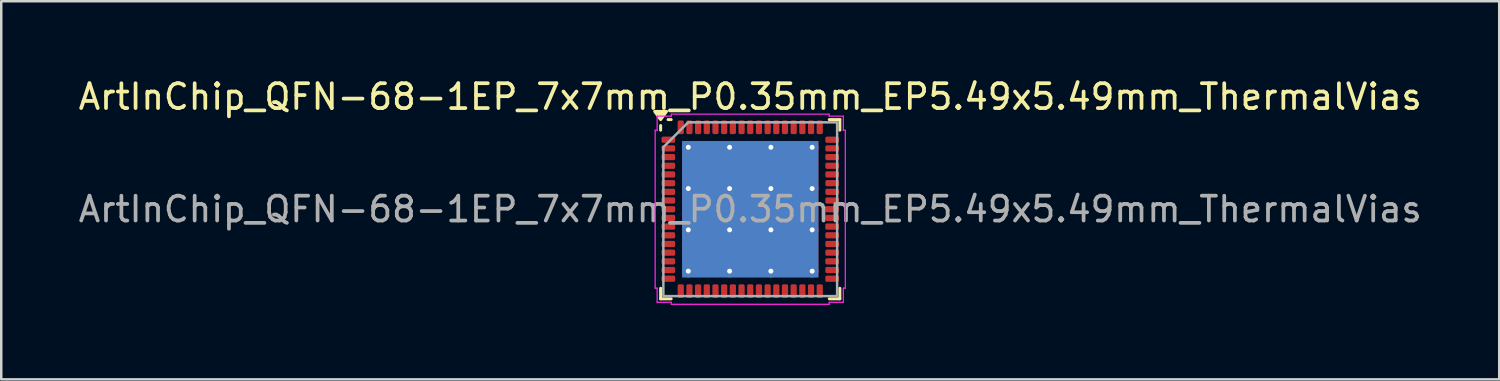
<source format=kicad_pcb>
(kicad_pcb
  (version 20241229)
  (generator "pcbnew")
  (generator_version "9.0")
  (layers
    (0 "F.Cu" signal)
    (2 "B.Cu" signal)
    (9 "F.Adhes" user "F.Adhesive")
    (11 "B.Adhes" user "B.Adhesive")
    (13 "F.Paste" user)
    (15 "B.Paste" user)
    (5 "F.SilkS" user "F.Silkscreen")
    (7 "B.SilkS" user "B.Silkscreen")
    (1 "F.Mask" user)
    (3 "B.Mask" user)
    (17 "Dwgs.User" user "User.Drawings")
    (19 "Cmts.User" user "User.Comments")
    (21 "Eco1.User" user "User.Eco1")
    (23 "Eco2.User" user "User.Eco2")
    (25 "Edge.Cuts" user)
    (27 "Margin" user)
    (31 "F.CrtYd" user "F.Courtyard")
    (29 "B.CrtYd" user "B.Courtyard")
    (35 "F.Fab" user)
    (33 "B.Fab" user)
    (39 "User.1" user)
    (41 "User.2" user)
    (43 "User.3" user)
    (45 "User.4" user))
  (footprint "ArtInChip_QFN-68-1EP_7x7mm_P0.35mm_EP5.49x5.49mm_ThermalVias"
    (layer "F.Cu")
    (at 27.173 5.378)
    (property "Reference" "ArtInChip_QFN-68-1EP_7x7mm_P0.35mm_EP5.49x5.49mm_ThermalVias" (at 0 -4.53 0) (layer "F.SilkS") (effects (font (size 1 1) (thickness 0.15))))
    (attr smd)
    (fp_line (start -3.61 -3.185) (end -3.61 -3.37) (stroke (width 0.12) (type solid)) (layer "F.SilkS"))
    (fp_line (start -3.61 3.61) (end -3.61 3.185) (stroke (width 0.12) (type solid)) (layer "F.SilkS"))
    (fp_line (start -3.185 -3.61) (end -3.31 -3.61) (stroke (width 0.12) (type solid)) (layer "F.SilkS"))
    (fp_line (start -3.185 3.61) (end -3.61 3.61) (stroke (width 0.12) (type solid)) (layer "F.SilkS"))
    (fp_line (start 3.185 -3.61) (end 3.61 -3.61) (stroke (width 0.12) (type solid)) (layer "F.SilkS"))
    (fp_line (start 3.185 3.61) (end 3.61 3.61) (stroke (width 0.12) (type solid)) (layer "F.SilkS"))
    (fp_line (start 3.61 -3.61) (end 3.61 -3.185) (stroke (width 0.12) (type solid)) (layer "F.SilkS"))
    (fp_line (start 3.61 3.61) (end 3.61 3.185) (stroke (width 0.12) (type solid)) (layer "F.SilkS"))
    (fp_poly (pts (xy -3.61 -3.61) (xy -3.85 -3.94) (xy -3.37 -3.94)) (stroke (width 0.12) (type solid)) (fill yes) (layer "F.SilkS"))
    (fp_line (start -3.83 -3.18) (end -3.75 -3.18) (stroke (width 0.05) (type solid)) (layer "F.CrtYd"))
    (fp_line (start -3.83 3.18) (end -3.83 -3.18) (stroke (width 0.05) (type solid)) (layer "F.CrtYd"))
    (fp_line (start -3.75 -3.75) (end -3.18 -3.75) (stroke (width 0.05) (type solid)) (layer "F.CrtYd"))
    (fp_line (start -3.75 -3.18) (end -3.75 -3.75) (stroke (width 0.05) (type solid)) (layer "F.CrtYd"))
    (fp_line (start -3.75 3.18) (end -3.83 3.18) (stroke (width 0.05) (type solid)) (layer "F.CrtYd"))
    (fp_line (start -3.75 3.75) (end -3.75 3.18) (stroke (width 0.05) (type solid)) (layer "F.CrtYd"))
    (fp_line (start -3.18 -3.83) (end 3.18 -3.83) (stroke (width 0.05) (type solid)) (layer "F.CrtYd"))
    (fp_line (start -3.18 -3.75) (end -3.18 -3.83) (stroke (width 0.05) (type solid)) (layer "F.CrtYd"))
    (fp_line (start -3.18 3.75) (end -3.75 3.75) (stroke (width 0.05) (type solid)) (layer "F.CrtYd"))
    (fp_line (start -3.18 3.83) (end -3.18 3.75) (stroke (width 0.05) (type solid)) (layer "F.CrtYd"))
    (fp_line (start 3.18 -3.83) (end 3.18 -3.75) (stroke (width 0.05) (type solid)) (layer "F.CrtYd"))
    (fp_line (start 3.18 -3.75) (end 3.75 -3.75) (stroke (width 0.05) (type solid)) (layer "F.CrtYd"))
    (fp_line (start 3.18 3.75) (end 3.18 3.83) (stroke (width 0.05) (type solid)) (layer "F.CrtYd"))
    (fp_line (start 3.18 3.83) (end -3.18 3.83) (stroke (width 0.05) (type solid)) (layer "F.CrtYd"))
    (fp_line (start 3.75 -3.75) (end 3.75 -3.18) (stroke (width 0.05) (type solid)) (layer "F.CrtYd"))
    (fp_line (start 3.75 -3.18) (end 3.83 -3.18) (stroke (width 0.05) (type solid)) (layer "F.CrtYd"))
    (fp_line (start 3.75 3.18) (end 3.75 3.75) (stroke (width 0.05) (type solid)) (layer "F.CrtYd"))
    (fp_line (start 3.75 3.75) (end 3.18 3.75) (stroke (width 0.05) (type solid)) (layer "F.CrtYd"))
    (fp_line (start 3.83 -3.18) (end 3.83 3.18) (stroke (width 0.05) (type solid)) (layer "F.CrtYd"))
    (fp_line (start 3.83 3.18) (end 3.75 3.18) (stroke (width 0.05) (type solid)) (layer "F.CrtYd"))
    (fp_poly (pts (xy -3.5 -2.5) (xy -3.5 3.5) (xy 3.5 3.5) (xy 3.5 -3.5) (xy -2.5 -3.5)) (stroke (width 0.1) (type solid)) (fill no) (layer "F.Fab"))
    (fp_text user "${REFERENCE}" (at 0 0 0) (layer "F.Fab") (effects (font (size 1 1) (thickness 0.15))))
    (pad "" smd roundrect (at -1.83 -1.83) (size 1.42 1.42) (layers "F.Paste") (roundrect_rratio 0.176))
    (pad "" smd roundrect (at -1.83 0) (size 1.42 1.42) (layers "F.Paste") (roundrect_rratio 0.176))
    (pad "" smd roundrect (at -1.83 1.83) (size 1.42 1.42) (layers "F.Paste") (roundrect_rratio 0.176))
    (pad "" smd roundrect (at 0 -1.83) (size 1.42 1.42) (layers "F.Paste") (roundrect_rratio 0.176))
    (pad "" smd roundrect (at 0 0) (size 1.42 1.42) (layers "F.Paste") (roundrect_rratio 0.176))
    (pad "" smd roundrect (at 0 1.83) (size 1.42 1.42) (layers "F.Paste") (roundrect_rratio 0.176))
    (pad "" smd roundrect (at 1.83 -1.83) (size 1.42 1.42) (layers "F.Paste") (roundrect_rratio 0.176))
    (pad "" smd roundrect (at 1.83 0) (size 1.42 1.42) (layers "F.Paste") (roundrect_rratio 0.176))
    (pad "" smd roundrect (at 1.83 1.83) (size 1.42 1.42) (layers "F.Paste") (roundrect_rratio 0.176))
    (pad "1" smd roundrect (at -3.3 -2.8) (size 0.55 0.25) (layers "F.Cu" "F.Mask" "F.Paste") (roundrect_rratio 0.25))
    (pad "2" smd roundrect (at -3.3 -2.45) (size 0.55 0.25) (layers "F.Cu" "F.Mask" "F.Paste") (roundrect_rratio 0.25))
    (pad "3" smd roundrect (at -3.3 -2.1) (size 0.55 0.25) (layers "F.Cu" "F.Mask" "F.Paste") (roundrect_rratio 0.25))
    (pad "4" smd roundrect (at -3.3 -1.75) (size 0.55 0.25) (layers "F.Cu" "F.Mask" "F.Paste") (roundrect_rratio 0.25))
    (pad "5" smd roundrect (at -3.3 -1.4) (size 0.55 0.25) (layers "F.Cu" "F.Mask" "F.Paste") (roundrect_rratio 0.25))
    (pad "6" smd roundrect (at -3.3 -1.05) (size 0.55 0.25) (layers "F.Cu" "F.Mask" "F.Paste") (roundrect_rratio 0.25))
    (pad "7" smd roundrect (at -3.3 -0.7) (size 0.55 0.25) (layers "F.Cu" "F.Mask" "F.Paste") (roundrect_rratio 0.25))
    (pad "8" smd roundrect (at -3.3 -0.35) (size 0.55 0.25) (layers "F.Cu" "F.Mask" "F.Paste") (roundrect_rratio 0.25))
    (pad "9" smd roundrect (at -3.3 0) (size 0.55 0.25) (layers "F.Cu" "F.Mask" "F.Paste") (roundrect_rratio 0.25))
    (pad "10" smd roundrect (at -3.3 0.35) (size 0.55 0.25) (layers "F.Cu" "F.Mask" "F.Paste") (roundrect_rratio 0.25))
    (pad "11" smd roundrect (at -3.3 0.7) (size 0.55 0.25) (layers "F.Cu" "F.Mask" "F.Paste") (roundrect_rratio 0.25))
    (pad "12" smd roundrect (at -3.3 1.05) (size 0.55 0.25) (layers "F.Cu" "F.Mask" "F.Paste") (roundrect_rratio 0.25))
    (pad "13" smd roundrect (at -3.3 1.4) (size 0.55 0.25) (layers "F.Cu" "F.Mask" "F.Paste") (roundrect_rratio 0.25))
    (pad "14" smd roundrect (at -3.3 1.75) (size 0.55 0.25) (layers "F.Cu" "F.Mask" "F.Paste") (roundrect_rratio 0.25))
    (pad "15" smd roundrect (at -3.3 2.1) (size 0.55 0.25) (layers "F.Cu" "F.Mask" "F.Paste") (roundrect_rratio 0.25))
    (pad "16" smd roundrect (at -3.3 2.45) (size 0.55 0.25) (layers "F.Cu" "F.Mask" "F.Paste") (roundrect_rratio 0.25))
    (pad "17" smd roundrect (at -3.3 2.8) (size 0.55 0.25) (layers "F.Cu" "F.Mask" "F.Paste") (roundrect_rratio 0.25))
    (pad "18" smd roundrect (at -2.8 3.3) (size 0.25 0.55) (layers "F.Cu" "F.Mask" "F.Paste") (roundrect_rratio 0.25))
    (pad "19" smd roundrect (at -2.45 3.3) (size 0.25 0.55) (layers "F.Cu" "F.Mask" "F.Paste") (roundrect_rratio 0.25))
    (pad "20" smd roundrect (at -2.1 3.3) (size 0.25 0.55) (layers "F.Cu" "F.Mask" "F.Paste") (roundrect_rratio 0.25))
    (pad "21" smd roundrect (at -1.75 3.3) (size 0.25 0.55) (layers "F.Cu" "F.Mask" "F.Paste") (roundrect_rratio 0.25))
    (pad "22" smd roundrect (at -1.4 3.3) (size 0.25 0.55) (layers "F.Cu" "F.Mask" "F.Paste") (roundrect_rratio 0.25))
    (pad "23" smd roundrect (at -1.05 3.3) (size 0.25 0.55) (layers "F.Cu" "F.Mask" "F.Paste") (roundrect_rratio 0.25))
    (pad "24" smd roundrect (at -0.7 3.3) (size 0.25 0.55) (layers "F.Cu" "F.Mask" "F.Paste") (roundrect_rratio 0.25))
    (pad "25" smd roundrect (at -0.35 3.3) (size 0.25 0.55) (layers "F.Cu" "F.Mask" "F.Paste") (roundrect_rratio 0.25))
    (pad "26" smd roundrect (at 0 3.3) (size 0.25 0.55) (layers "F.Cu" "F.Mask" "F.Paste") (roundrect_rratio 0.25))
    (pad "27" smd roundrect (at 0.35 3.3) (size 0.25 0.55) (layers "F.Cu" "F.Mask" "F.Paste") (roundrect_rratio 0.25))
    (pad "28" smd roundrect (at 0.7 3.3) (size 0.25 0.55) (layers "F.Cu" "F.Mask" "F.Paste") (roundrect_rratio 0.25))
    (pad "29" smd roundrect (at 1.05 3.3) (size 0.25 0.55) (layers "F.Cu" "F.Mask" "F.Paste") (roundrect_rratio 0.25))
    (pad "30" smd roundrect (at 1.4 3.3) (size 0.25 0.55) (layers "F.Cu" "F.Mask" "F.Paste") (roundrect_rratio 0.25))
    (pad "31" smd roundrect (at 1.75 3.3) (size 0.25 0.55) (layers "F.Cu" "F.Mask" "F.Paste") (roundrect_rratio 0.25))
    (pad "32" smd roundrect (at 2.1 3.3) (size 0.25 0.55) (layers "F.Cu" "F.Mask" "F.Paste") (roundrect_rratio 0.25))
    (pad "33" smd roundrect (at 2.45 3.3) (size 0.25 0.55) (layers "F.Cu" "F.Mask" "F.Paste") (roundrect_rratio 0.25))
    (pad "34" smd roundrect (at 2.8 3.3) (size 0.25 0.55) (layers "F.Cu" "F.Mask" "F.Paste") (roundrect_rratio 0.25))
    (pad "35" smd roundrect (at 3.3 2.8) (size 0.55 0.25) (layers "F.Cu" "F.Mask" "F.Paste") (roundrect_rratio 0.25))
    (pad "36" smd roundrect (at 3.3 2.45) (size 0.55 0.25) (layers "F.Cu" "F.Mask" "F.Paste") (roundrect_rratio 0.25))
    (pad "37" smd roundrect (at 3.3 2.1) (size 0.55 0.25) (layers "F.Cu" "F.Mask" "F.Paste") (roundrect_rratio 0.25))
    (pad "38" smd roundrect (at 3.3 1.75) (size 0.55 0.25) (layers "F.Cu" "F.Mask" "F.Paste") (roundrect_rratio 0.25))
    (pad "39" smd roundrect (at 3.3 1.4) (size 0.55 0.25) (layers "F.Cu" "F.Mask" "F.Paste") (roundrect_rratio 0.25))
    (pad "40" smd roundrect (at 3.3 1.05) (size 0.55 0.25) (layers "F.Cu" "F.Mask" "F.Paste") (roundrect_rratio 0.25))
    (pad "41" smd roundrect (at 3.3 0.7) (size 0.55 0.25) (layers "F.Cu" "F.Mask" "F.Paste") (roundrect_rratio 0.25))
    (pad "42" smd roundrect (at 3.3 0.35) (size 0.55 0.25) (layers "F.Cu" "F.Mask" "F.Paste") (roundrect_rratio 0.25))
    (pad "43" smd roundrect (at 3.3 0) (size 0.55 0.25) (layers "F.Cu" "F.Mask" "F.Paste") (roundrect_rratio 0.25))
    (pad "44" smd roundrect (at 3.3 -0.35) (size 0.55 0.25) (layers "F.Cu" "F.Mask" "F.Paste") (roundrect_rratio 0.25))
    (pad "45" smd roundrect (at 3.3 -0.7) (size 0.55 0.25) (layers "F.Cu" "F.Mask" "F.Paste") (roundrect_rratio 0.25))
    (pad "46" smd roundrect (at 3.3 -1.05) (size 0.55 0.25) (layers "F.Cu" "F.Mask" "F.Paste") (roundrect_rratio 0.25))
    (pad "47" smd roundrect (at 3.3 -1.4) (size 0.55 0.25) (layers "F.Cu" "F.Mask" "F.Paste") (roundrect_rratio 0.25))
    (pad "48" smd roundrect (at 3.3 -1.75) (size 0.55 0.25) (layers "F.Cu" "F.Mask" "F.Paste") (roundrect_rratio 0.25))
    (pad "49" smd roundrect (at 3.3 -2.1) (size 0.55 0.25) (layers "F.Cu" "F.Mask" "F.Paste") (roundrect_rratio 0.25))
    (pad "50" smd roundrect (at 3.3 -2.45) (size 0.55 0.25) (layers "F.Cu" "F.Mask" "F.Paste") (roundrect_rratio 0.25))
    (pad "51" smd roundrect (at 3.3 -2.8) (size 0.55 0.25) (layers "F.Cu" "F.Mask" "F.Paste") (roundrect_rratio 0.25))
    (pad "52" smd roundrect (at 2.8 -3.3) (size 0.25 0.55) (layers "F.Cu" "F.Mask" "F.Paste") (roundrect_rratio 0.25))
    (pad "53" smd roundrect (at 2.45 -3.3) (size 0.25 0.55) (layers "F.Cu" "F.Mask" "F.Paste") (roundrect_rratio 0.25))
    (pad "54" smd roundrect (at 2.1 -3.3) (size 0.25 0.55) (layers "F.Cu" "F.Mask" "F.Paste") (roundrect_rratio 0.25))
    (pad "55" smd roundrect (at 1.75 -3.3) (size 0.25 0.55) (layers "F.Cu" "F.Mask" "F.Paste") (roundrect_rratio 0.25))
    (pad "56" smd roundrect (at 1.4 -3.3) (size 0.25 0.55) (layers "F.Cu" "F.Mask" "F.Paste") (roundrect_rratio 0.25))
    (pad "57" smd roundrect (at 1.05 -3.3) (size 0.25 0.55) (layers "F.Cu" "F.Mask" "F.Paste") (roundrect_rratio 0.25))
    (pad "58" smd roundrect (at 0.7 -3.3) (size 0.25 0.55) (layers "F.Cu" "F.Mask" "F.Paste") (roundrect_rratio 0.25))
    (pad "59" smd roundrect (at 0.35 -3.3) (size 0.25 0.55) (layers "F.Cu" "F.Mask" "F.Paste") (roundrect_rratio 0.25))
    (pad "60" smd roundrect (at 0 -3.3) (size 0.25 0.55) (layers "F.Cu" "F.Mask" "F.Paste") (roundrect_rratio 0.25))
    (pad "61" smd roundrect (at -0.35 -3.3) (size 0.25 0.55) (layers "F.Cu" "F.Mask" "F.Paste") (roundrect_rratio 0.25))
    (pad "62" smd roundrect (at -0.7 -3.3) (size 0.25 0.55) (layers "F.Cu" "F.Mask" "F.Paste") (roundrect_rratio 0.25))
    (pad "63" smd roundrect (at -1.05 -3.3) (size 0.25 0.55) (layers "F.Cu" "F.Mask" "F.Paste") (roundrect_rratio 0.25))
    (pad "64" smd roundrect (at -1.4 -3.3) (size 0.25 0.55) (layers "F.Cu" "F.Mask" "F.Paste") (roundrect_rratio 0.25))
    (pad "65" smd roundrect (at -1.75 -3.3) (size 0.25 0.55) (layers "F.Cu" "F.Mask" "F.Paste") (roundrect_rratio 0.25))
    (pad "66" smd roundrect (at -2.1 -3.3) (size 0.25 0.55) (layers "F.Cu" "F.Mask" "F.Paste") (roundrect_rratio 0.25))
    (pad "67" smd roundrect (at -2.45 -3.3) (size 0.25 0.55) (layers "F.Cu" "F.Mask" "F.Paste") (roundrect_rratio 0.25))
    (pad "68" smd roundrect (at -2.8 -3.3) (size 0.25 0.55) (layers "F.Cu" "F.Mask" "F.Paste") (roundrect_rratio 0.25))
    (pad "69" thru_hole circle (at -2.495 -2.495) (size 0.5 0.5) (drill 0.2) (property pad_prop_heatsink) (layers "*.Cu"))
    (pad "69" thru_hole circle (at -2.495 -0.832) (size 0.5 0.5) (drill 0.2) (property pad_prop_heatsink) (layers "*.Cu"))
    (pad "69" thru_hole circle (at -2.495 0.832) (size 0.5 0.5) (drill 0.2) (property pad_prop_heatsink) (layers "*.Cu"))
    (pad "69" thru_hole circle (at -2.495 2.495) (size 0.5 0.5) (drill 0.2) (property pad_prop_heatsink) (layers "*.Cu"))
    (pad "69" thru_hole circle (at -0.832 -2.495) (size 0.5 0.5) (drill 0.2) (property pad_prop_heatsink) (layers "*.Cu"))
    (pad "69" thru_hole circle (at -0.832 -0.832) (size 0.5 0.5) (drill 0.2) (property pad_prop_heatsink) (layers "*.Cu"))
    (pad "69" thru_hole circle (at -0.832 0.832) (size 0.5 0.5) (drill 0.2) (property pad_prop_heatsink) (layers "*.Cu"))
    (pad "69" thru_hole circle (at -0.832 2.495) (size 0.5 0.5) (drill 0.2) (property pad_prop_heatsink) (layers "*.Cu"))
    (pad "69" smd rect (at 0 0) (size 5.49 5.49) (property pad_prop_heatsink) (layers "F.Cu" "F.Mask"))
    (pad "69" smd rect (at 0 0) (size 5.49 5.49) (property pad_prop_heatsink) (layers "B.Cu"))
    (pad "69" thru_hole circle (at 0.832 -2.495) (size 0.5 0.5) (drill 0.2) (property pad_prop_heatsink) (layers "*.Cu"))
    (pad "69" thru_hole circle (at 0.832 -0.832) (size 0.5 0.5) (drill 0.2) (property pad_prop_heatsink) (layers "*.Cu"))
    (pad "69" thru_hole circle (at 0.832 0.832) (size 0.5 0.5) (drill 0.2) (property pad_prop_heatsink) (layers "*.Cu"))
    (pad "69" thru_hole circle (at 0.832 2.495) (size 0.5 0.5) (drill 0.2) (property pad_prop_heatsink) (layers "*.Cu"))
    (pad "69" thru_hole circle (at 2.495 -2.495) (size 0.5 0.5) (drill 0.2) (property pad_prop_heatsink) (layers "*.Cu"))
    (pad "69" thru_hole circle (at 2.495 -0.832) (size 0.5 0.5) (drill 0.2) (property pad_prop_heatsink) (layers "*.Cu"))
    (pad "69" thru_hole circle (at 2.495 0.832) (size 0.5 0.5) (drill 0.2) (property pad_prop_heatsink) (layers "*.Cu"))
    (pad "69" thru_hole circle (at 2.495 2.495) (size 0.5 0.5) (drill 0.2) (property pad_prop_heatsink) (layers "*.Cu")))
  (gr_rect
    (start -3 -3)
    (end 57.345 12.233)
    (stroke (width 0.1) (type default))
    (fill no)
    (layer "Edge.Cuts")))
</source>
